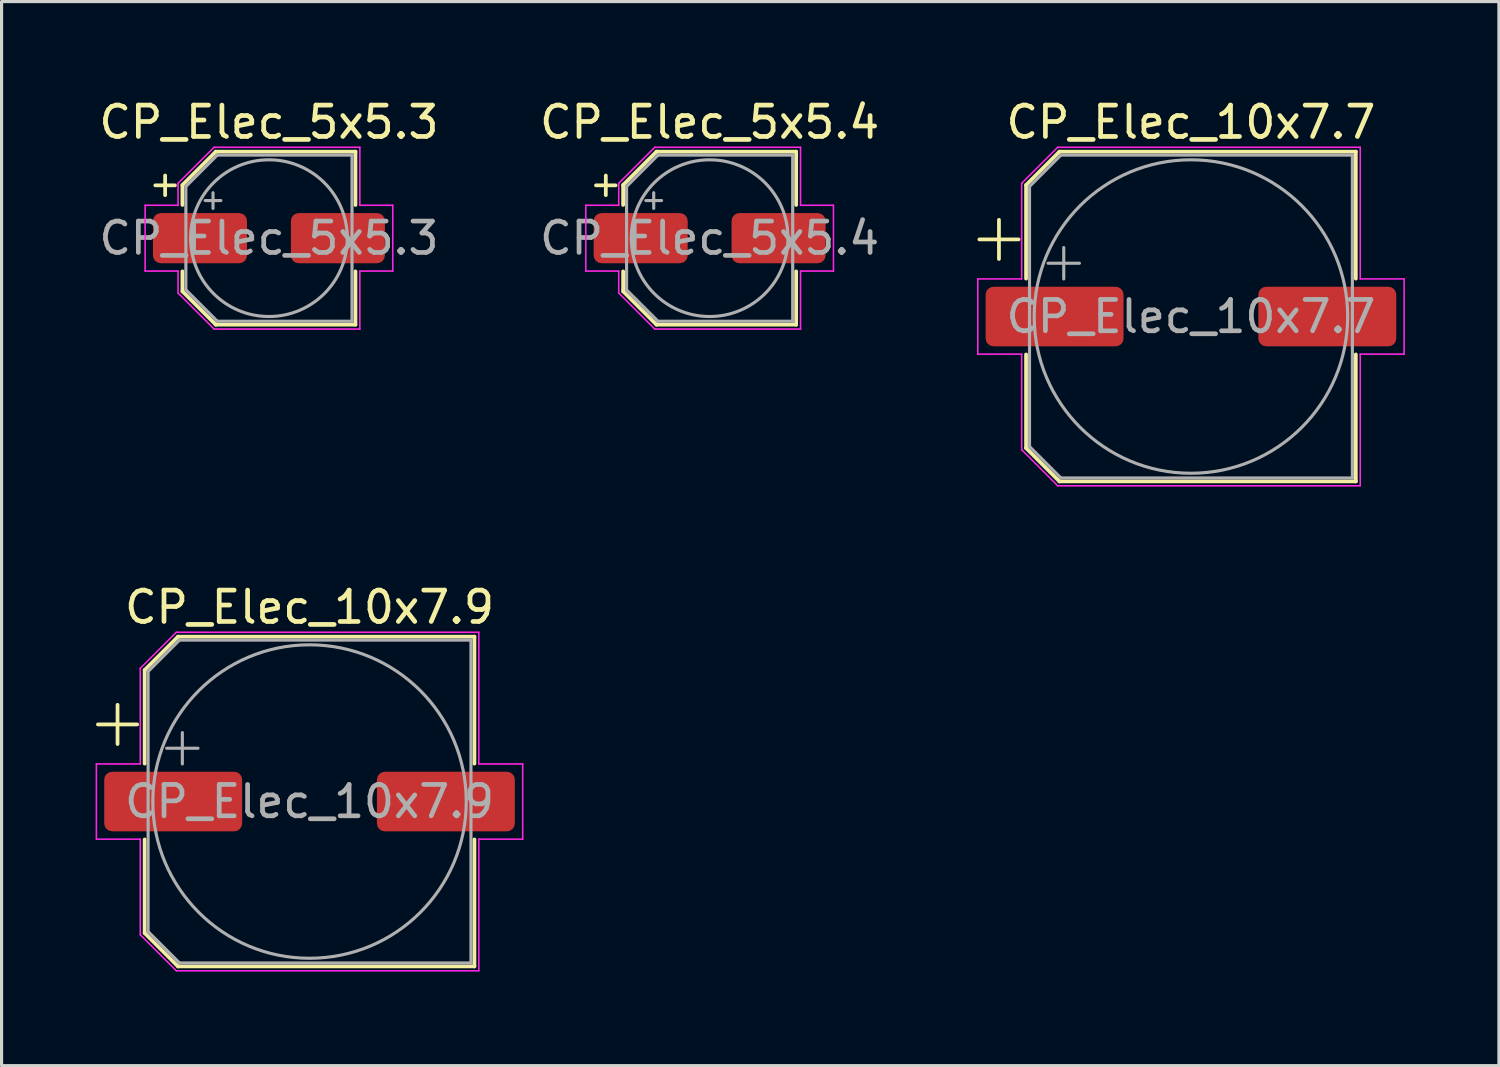
<source format=kicad_pcb>
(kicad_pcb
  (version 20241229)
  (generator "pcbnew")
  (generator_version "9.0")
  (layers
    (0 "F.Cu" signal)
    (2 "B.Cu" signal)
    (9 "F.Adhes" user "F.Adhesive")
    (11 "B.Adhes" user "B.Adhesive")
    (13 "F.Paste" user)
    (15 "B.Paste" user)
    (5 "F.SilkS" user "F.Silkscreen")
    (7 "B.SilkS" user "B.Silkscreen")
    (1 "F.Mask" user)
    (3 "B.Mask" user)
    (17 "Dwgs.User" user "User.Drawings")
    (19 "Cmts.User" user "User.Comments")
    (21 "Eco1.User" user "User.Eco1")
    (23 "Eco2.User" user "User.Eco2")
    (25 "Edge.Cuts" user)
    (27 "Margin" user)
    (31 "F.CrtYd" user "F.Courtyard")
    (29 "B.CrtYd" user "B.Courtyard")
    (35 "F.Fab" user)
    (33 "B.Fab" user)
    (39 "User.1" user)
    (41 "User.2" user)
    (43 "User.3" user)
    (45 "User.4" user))
  (footprint "CP_Elec_5x5.4"
    (layer "F.Cu")
    (at 19.589 4.548)
    (property "Reference" "CP_Elec_5x5.4" (at 0 -3.7 0) (layer "F.SilkS") (effects (font (size 1 1) (thickness 0.15))))
    (attr smd)
    (fp_line (start -3.625 -1.685) (end -3 -1.685) (stroke (width 0.12) (type solid)) (layer "F.SilkS"))
    (fp_line (start -3.312 -1.998) (end -3.312 -1.373) (stroke (width 0.12) (type solid)) (layer "F.SilkS"))
    (fp_line (start -2.76 -1.696) (end -2.76 -1.06) (stroke (width 0.12) (type solid)) (layer "F.SilkS"))
    (fp_line (start -2.76 -1.696) (end -1.696 -2.76) (stroke (width 0.12) (type solid)) (layer "F.SilkS"))
    (fp_line (start -2.76 1.696) (end -2.76 1.06) (stroke (width 0.12) (type solid)) (layer "F.SilkS"))
    (fp_line (start -2.76 1.696) (end -1.696 2.76) (stroke (width 0.12) (type solid)) (layer "F.SilkS"))
    (fp_line (start -1.696 -2.76) (end 2.76 -2.76) (stroke (width 0.12) (type solid)) (layer "F.SilkS"))
    (fp_line (start -1.696 2.76) (end 2.76 2.76) (stroke (width 0.12) (type solid)) (layer "F.SilkS"))
    (fp_line (start 2.76 -2.76) (end 2.76 -1.06) (stroke (width 0.12) (type solid)) (layer "F.SilkS"))
    (fp_line (start 2.76 2.76) (end 2.76 1.06) (stroke (width 0.12) (type solid)) (layer "F.SilkS"))
    (fp_line (start -3.95 -1.05) (end -3.95 1.05) (stroke (width 0.05) (type solid)) (layer "F.CrtYd"))
    (fp_line (start -3.95 1.05) (end -2.9 1.05) (stroke (width 0.05) (type solid)) (layer "F.CrtYd"))
    (fp_line (start -2.9 -1.75) (end -2.9 -1.05) (stroke (width 0.05) (type solid)) (layer "F.CrtYd"))
    (fp_line (start -2.9 -1.75) (end -1.75 -2.9) (stroke (width 0.05) (type solid)) (layer "F.CrtYd"))
    (fp_line (start -2.9 -1.05) (end -3.95 -1.05) (stroke (width 0.05) (type solid)) (layer "F.CrtYd"))
    (fp_line (start -2.9 1.05) (end -2.9 1.75) (stroke (width 0.05) (type solid)) (layer "F.CrtYd"))
    (fp_line (start -2.9 1.75) (end -1.75 2.9) (stroke (width 0.05) (type solid)) (layer "F.CrtYd"))
    (fp_line (start -1.75 -2.9) (end 2.9 -2.9) (stroke (width 0.05) (type solid)) (layer "F.CrtYd"))
    (fp_line (start -1.75 2.9) (end 2.9 2.9) (stroke (width 0.05) (type solid)) (layer "F.CrtYd"))
    (fp_line (start 2.9 -2.9) (end 2.9 -1.05) (stroke (width 0.05) (type solid)) (layer "F.CrtYd"))
    (fp_line (start 2.9 -1.05) (end 3.95 -1.05) (stroke (width 0.05) (type solid)) (layer "F.CrtYd"))
    (fp_line (start 2.9 1.05) (end 2.9 2.9) (stroke (width 0.05) (type solid)) (layer "F.CrtYd"))
    (fp_line (start 3.95 -1.05) (end 3.95 1.05) (stroke (width 0.05) (type solid)) (layer "F.CrtYd"))
    (fp_line (start 3.95 1.05) (end 2.9 1.05) (stroke (width 0.05) (type solid)) (layer "F.CrtYd"))
    (fp_line (start -2.65 -1.65) (end -2.65 1.65) (stroke (width 0.1) (type solid)) (layer "F.Fab"))
    (fp_line (start -2.65 -1.65) (end -1.65 -2.65) (stroke (width 0.1) (type solid)) (layer "F.Fab"))
    (fp_line (start -2.65 1.65) (end -1.65 2.65) (stroke (width 0.1) (type solid)) (layer "F.Fab"))
    (fp_line (start -2.034 -1.2) (end -1.534 -1.2) (stroke (width 0.1) (type solid)) (layer "F.Fab"))
    (fp_line (start -1.784 -1.45) (end -1.784 -0.95) (stroke (width 0.1) (type solid)) (layer "F.Fab"))
    (fp_line (start -1.65 -2.65) (end 2.65 -2.65) (stroke (width 0.1) (type solid)) (layer "F.Fab"))
    (fp_line (start -1.65 2.65) (end 2.65 2.65) (stroke (width 0.1) (type solid)) (layer "F.Fab"))
    (fp_line (start 2.65 -2.65) (end 2.65 2.65) (stroke (width 0.1) (type solid)) (layer "F.Fab"))
    (fp_circle (center 0 0) (end 2.5 0) (stroke (width 0.1) (type solid)) (fill no) (layer "F.Fab"))
    (fp_text user "${REFERENCE}" (at 0 0 0) (layer "F.Fab") (effects (font (size 1 1) (thickness 0.15))))
    (pad "1" smd roundrect (at -2.2 0) (size 3 1.6) (layers "F.Cu" "F.Mask" "F.Paste") (roundrect_rratio 0.156))
    (pad "2" smd roundrect (at 2.2 0) (size 3 1.6) (layers "F.Cu" "F.Mask" "F.Paste") (roundrect_rratio 0.156)))
  (footprint "CP_Elec_5x5.3"
    (layer "F.Cu")
    (at 5.53 4.548)
    (property "Reference" "CP_Elec_5x5.3" (at 0 -3.7 0) (layer "F.SilkS") (effects (font (size 1 1) (thickness 0.15))))
    (attr smd)
    (fp_line (start -3.625 -1.685) (end -3 -1.685) (stroke (width 0.12) (type solid)) (layer "F.SilkS"))
    (fp_line (start -3.312 -1.998) (end -3.312 -1.373) (stroke (width 0.12) (type solid)) (layer "F.SilkS"))
    (fp_line (start -2.76 -1.696) (end -2.76 -1.06) (stroke (width 0.12) (type solid)) (layer "F.SilkS"))
    (fp_line (start -2.76 -1.696) (end -1.696 -2.76) (stroke (width 0.12) (type solid)) (layer "F.SilkS"))
    (fp_line (start -2.76 1.696) (end -2.76 1.06) (stroke (width 0.12) (type solid)) (layer "F.SilkS"))
    (fp_line (start -2.76 1.696) (end -1.696 2.76) (stroke (width 0.12) (type solid)) (layer "F.SilkS"))
    (fp_line (start -1.696 -2.76) (end 2.76 -2.76) (stroke (width 0.12) (type solid)) (layer "F.SilkS"))
    (fp_line (start -1.696 2.76) (end 2.76 2.76) (stroke (width 0.12) (type solid)) (layer "F.SilkS"))
    (fp_line (start 2.76 -2.76) (end 2.76 -1.06) (stroke (width 0.12) (type solid)) (layer "F.SilkS"))
    (fp_line (start 2.76 2.76) (end 2.76 1.06) (stroke (width 0.12) (type solid)) (layer "F.SilkS"))
    (fp_line (start -3.95 -1.05) (end -3.95 1.05) (stroke (width 0.05) (type solid)) (layer "F.CrtYd"))
    (fp_line (start -3.95 1.05) (end -2.9 1.05) (stroke (width 0.05) (type solid)) (layer "F.CrtYd"))
    (fp_line (start -2.9 -1.75) (end -2.9 -1.05) (stroke (width 0.05) (type solid)) (layer "F.CrtYd"))
    (fp_line (start -2.9 -1.75) (end -1.75 -2.9) (stroke (width 0.05) (type solid)) (layer "F.CrtYd"))
    (fp_line (start -2.9 -1.05) (end -3.95 -1.05) (stroke (width 0.05) (type solid)) (layer "F.CrtYd"))
    (fp_line (start -2.9 1.05) (end -2.9 1.75) (stroke (width 0.05) (type solid)) (layer "F.CrtYd"))
    (fp_line (start -2.9 1.75) (end -1.75 2.9) (stroke (width 0.05) (type solid)) (layer "F.CrtYd"))
    (fp_line (start -1.75 -2.9) (end 2.9 -2.9) (stroke (width 0.05) (type solid)) (layer "F.CrtYd"))
    (fp_line (start -1.75 2.9) (end 2.9 2.9) (stroke (width 0.05) (type solid)) (layer "F.CrtYd"))
    (fp_line (start 2.9 -2.9) (end 2.9 -1.05) (stroke (width 0.05) (type solid)) (layer "F.CrtYd"))
    (fp_line (start 2.9 -1.05) (end 3.95 -1.05) (stroke (width 0.05) (type solid)) (layer "F.CrtYd"))
    (fp_line (start 2.9 1.05) (end 2.9 2.9) (stroke (width 0.05) (type solid)) (layer "F.CrtYd"))
    (fp_line (start 3.95 -1.05) (end 3.95 1.05) (stroke (width 0.05) (type solid)) (layer "F.CrtYd"))
    (fp_line (start 3.95 1.05) (end 2.9 1.05) (stroke (width 0.05) (type solid)) (layer "F.CrtYd"))
    (fp_line (start -2.65 -1.65) (end -2.65 1.65) (stroke (width 0.1) (type solid)) (layer "F.Fab"))
    (fp_line (start -2.65 -1.65) (end -1.65 -2.65) (stroke (width 0.1) (type solid)) (layer "F.Fab"))
    (fp_line (start -2.65 1.65) (end -1.65 2.65) (stroke (width 0.1) (type solid)) (layer "F.Fab"))
    (fp_line (start -2.034 -1.2) (end -1.534 -1.2) (stroke (width 0.1) (type solid)) (layer "F.Fab"))
    (fp_line (start -1.784 -1.45) (end -1.784 -0.95) (stroke (width 0.1) (type solid)) (layer "F.Fab"))
    (fp_line (start -1.65 -2.65) (end 2.65 -2.65) (stroke (width 0.1) (type solid)) (layer "F.Fab"))
    (fp_line (start -1.65 2.65) (end 2.65 2.65) (stroke (width 0.1) (type solid)) (layer "F.Fab"))
    (fp_line (start 2.65 -2.65) (end 2.65 2.65) (stroke (width 0.1) (type solid)) (layer "F.Fab"))
    (fp_circle (center 0 0) (end 2.5 0) (stroke (width 0.1) (type solid)) (fill no) (layer "F.Fab"))
    (fp_text user "${REFERENCE}" (at 0 0 0) (layer "F.Fab") (effects (font (size 1 1) (thickness 0.15))))
    (pad "1" smd roundrect (at -2.2 0) (size 3 1.6) (layers "F.Cu" "F.Mask" "F.Paste") (roundrect_rratio 0.156))
    (pad "2" smd roundrect (at 2.2 0) (size 3 1.6) (layers "F.Cu" "F.Mask" "F.Paste") (roundrect_rratio 0.156)))
  (footprint "CP_Elec_10x7.7"
    (layer "F.Cu")
    (at 34.944 7.048)
    (property "Reference" "CP_Elec_10x7.7" (at 0 -6.2 0) (layer "F.SilkS") (effects (font (size 1 1) (thickness 0.15))))
    (attr smd)
    (fp_line (start -6.75 -2.46) (end -5.5 -2.46) (stroke (width 0.12) (type solid)) (layer "F.SilkS"))
    (fp_line (start -6.125 -3.085) (end -6.125 -1.835) (stroke (width 0.12) (type solid)) (layer "F.SilkS"))
    (fp_line (start -5.26 -4.196) (end -5.26 -1.21) (stroke (width 0.12) (type solid)) (layer "F.SilkS"))
    (fp_line (start -5.26 -4.196) (end -4.196 -5.26) (stroke (width 0.12) (type solid)) (layer "F.SilkS"))
    (fp_line (start -5.26 4.196) (end -5.26 1.21) (stroke (width 0.12) (type solid)) (layer "F.SilkS"))
    (fp_line (start -5.26 4.196) (end -4.196 5.26) (stroke (width 0.12) (type solid)) (layer "F.SilkS"))
    (fp_line (start -4.196 -5.26) (end 5.26 -5.26) (stroke (width 0.12) (type solid)) (layer "F.SilkS"))
    (fp_line (start -4.196 5.26) (end 5.26 5.26) (stroke (width 0.12) (type solid)) (layer "F.SilkS"))
    (fp_line (start 5.26 -5.26) (end 5.26 -1.21) (stroke (width 0.12) (type solid)) (layer "F.SilkS"))
    (fp_line (start 5.26 5.26) (end 5.26 1.21) (stroke (width 0.12) (type solid)) (layer "F.SilkS"))
    (fp_line (start -6.8 -1.2) (end -6.8 1.2) (stroke (width 0.05) (type solid)) (layer "F.CrtYd"))
    (fp_line (start -6.8 1.2) (end -5.4 1.2) (stroke (width 0.05) (type solid)) (layer "F.CrtYd"))
    (fp_line (start -5.4 -4.25) (end -5.4 -1.2) (stroke (width 0.05) (type solid)) (layer "F.CrtYd"))
    (fp_line (start -5.4 -4.25) (end -4.25 -5.4) (stroke (width 0.05) (type solid)) (layer "F.CrtYd"))
    (fp_line (start -5.4 -1.2) (end -6.8 -1.2) (stroke (width 0.05) (type solid)) (layer "F.CrtYd"))
    (fp_line (start -5.4 1.2) (end -5.4 4.25) (stroke (width 0.05) (type solid)) (layer "F.CrtYd"))
    (fp_line (start -5.4 4.25) (end -4.25 5.4) (stroke (width 0.05) (type solid)) (layer "F.CrtYd"))
    (fp_line (start -4.25 -5.4) (end 5.4 -5.4) (stroke (width 0.05) (type solid)) (layer "F.CrtYd"))
    (fp_line (start -4.25 5.4) (end 5.4 5.4) (stroke (width 0.05) (type solid)) (layer "F.CrtYd"))
    (fp_line (start 5.4 -5.4) (end 5.4 -1.2) (stroke (width 0.05) (type solid)) (layer "F.CrtYd"))
    (fp_line (start 5.4 -1.2) (end 6.8 -1.2) (stroke (width 0.05) (type solid)) (layer "F.CrtYd"))
    (fp_line (start 5.4 1.2) (end 5.4 5.4) (stroke (width 0.05) (type solid)) (layer "F.CrtYd"))
    (fp_line (start 6.8 -1.2) (end 6.8 1.2) (stroke (width 0.05) (type solid)) (layer "F.CrtYd"))
    (fp_line (start 6.8 1.2) (end 5.4 1.2) (stroke (width 0.05) (type solid)) (layer "F.CrtYd"))
    (fp_line (start -5.15 -4.15) (end -5.15 4.15) (stroke (width 0.1) (type solid)) (layer "F.Fab"))
    (fp_line (start -5.15 -4.15) (end -4.15 -5.15) (stroke (width 0.1) (type solid)) (layer "F.Fab"))
    (fp_line (start -5.15 4.15) (end -4.15 5.15) (stroke (width 0.1) (type solid)) (layer "F.Fab"))
    (fp_line (start -4.558 -1.7) (end -3.558 -1.7) (stroke (width 0.1) (type solid)) (layer "F.Fab"))
    (fp_line (start -4.15 -5.15) (end 5.15 -5.15) (stroke (width 0.1) (type solid)) (layer "F.Fab"))
    (fp_line (start -4.15 5.15) (end 5.15 5.15) (stroke (width 0.1) (type solid)) (layer "F.Fab"))
    (fp_line (start -4.058 -2.2) (end -4.058 -1.2) (stroke (width 0.1) (type solid)) (layer "F.Fab"))
    (fp_line (start 5.15 -5.15) (end 5.15 5.15) (stroke (width 0.1) (type solid)) (layer "F.Fab"))
    (fp_circle (center 0 0) (end 5 0) (stroke (width 0.1) (type solid)) (fill no) (layer "F.Fab"))
    (fp_text user "${REFERENCE}" (at 0 0 0) (layer "F.Fab") (effects (font (size 1 1) (thickness 0.15))))
    (pad "1" smd roundrect (at -4.35 0) (size 4.4 1.9) (layers "F.Cu" "F.Mask" "F.Paste") (roundrect_rratio 0.132))
    (pad "2" smd roundrect (at 4.35 0) (size 4.4 1.9) (layers "F.Cu" "F.Mask" "F.Paste") (roundrect_rratio 0.132)))
  (footprint "CP_Elec_10x7.9"
    (layer "F.Cu")
    (at 6.825 22.521)
    (property "Reference" "CP_Elec_10x7.9" (at 0 -6.2 0) (layer "F.SilkS") (effects (font (size 1 1) (thickness 0.15))))
    (attr smd)
    (fp_line (start -6.75 -2.46) (end -5.5 -2.46) (stroke (width 0.12) (type solid)) (layer "F.SilkS"))
    (fp_line (start -6.125 -3.085) (end -6.125 -1.835) (stroke (width 0.12) (type solid)) (layer "F.SilkS"))
    (fp_line (start -5.26 -4.196) (end -5.26 -1.21) (stroke (width 0.12) (type solid)) (layer "F.SilkS"))
    (fp_line (start -5.26 -4.196) (end -4.196 -5.26) (stroke (width 0.12) (type solid)) (layer "F.SilkS"))
    (fp_line (start -5.26 4.196) (end -5.26 1.21) (stroke (width 0.12) (type solid)) (layer "F.SilkS"))
    (fp_line (start -5.26 4.196) (end -4.196 5.26) (stroke (width 0.12) (type solid)) (layer "F.SilkS"))
    (fp_line (start -4.196 -5.26) (end 5.26 -5.26) (stroke (width 0.12) (type solid)) (layer "F.SilkS"))
    (fp_line (start -4.196 5.26) (end 5.26 5.26) (stroke (width 0.12) (type solid)) (layer "F.SilkS"))
    (fp_line (start 5.26 -5.26) (end 5.26 -1.21) (stroke (width 0.12) (type solid)) (layer "F.SilkS"))
    (fp_line (start 5.26 5.26) (end 5.26 1.21) (stroke (width 0.12) (type solid)) (layer "F.SilkS"))
    (fp_line (start -6.8 -1.2) (end -6.8 1.2) (stroke (width 0.05) (type solid)) (layer "F.CrtYd"))
    (fp_line (start -6.8 1.2) (end -5.4 1.2) (stroke (width 0.05) (type solid)) (layer "F.CrtYd"))
    (fp_line (start -5.4 -4.25) (end -5.4 -1.2) (stroke (width 0.05) (type solid)) (layer "F.CrtYd"))
    (fp_line (start -5.4 -4.25) (end -4.25 -5.4) (stroke (width 0.05) (type solid)) (layer "F.CrtYd"))
    (fp_line (start -5.4 -1.2) (end -6.8 -1.2) (stroke (width 0.05) (type solid)) (layer "F.CrtYd"))
    (fp_line (start -5.4 1.2) (end -5.4 4.25) (stroke (width 0.05) (type solid)) (layer "F.CrtYd"))
    (fp_line (start -5.4 4.25) (end -4.25 5.4) (stroke (width 0.05) (type solid)) (layer "F.CrtYd"))
    (fp_line (start -4.25 -5.4) (end 5.4 -5.4) (stroke (width 0.05) (type solid)) (layer "F.CrtYd"))
    (fp_line (start -4.25 5.4) (end 5.4 5.4) (stroke (width 0.05) (type solid)) (layer "F.CrtYd"))
    (fp_line (start 5.4 -5.4) (end 5.4 -1.2) (stroke (width 0.05) (type solid)) (layer "F.CrtYd"))
    (fp_line (start 5.4 -1.2) (end 6.8 -1.2) (stroke (width 0.05) (type solid)) (layer "F.CrtYd"))
    (fp_line (start 5.4 1.2) (end 5.4 5.4) (stroke (width 0.05) (type solid)) (layer "F.CrtYd"))
    (fp_line (start 6.8 -1.2) (end 6.8 1.2) (stroke (width 0.05) (type solid)) (layer "F.CrtYd"))
    (fp_line (start 6.8 1.2) (end 5.4 1.2) (stroke (width 0.05) (type solid)) (layer "F.CrtYd"))
    (fp_line (start -5.15 -4.15) (end -5.15 4.15) (stroke (width 0.1) (type solid)) (layer "F.Fab"))
    (fp_line (start -5.15 -4.15) (end -4.15 -5.15) (stroke (width 0.1) (type solid)) (layer "F.Fab"))
    (fp_line (start -5.15 4.15) (end -4.15 5.15) (stroke (width 0.1) (type solid)) (layer "F.Fab"))
    (fp_line (start -4.558 -1.7) (end -3.558 -1.7) (stroke (width 0.1) (type solid)) (layer "F.Fab"))
    (fp_line (start -4.15 -5.15) (end 5.15 -5.15) (stroke (width 0.1) (type solid)) (layer "F.Fab"))
    (fp_line (start -4.15 5.15) (end 5.15 5.15) (stroke (width 0.1) (type solid)) (layer "F.Fab"))
    (fp_line (start -4.058 -2.2) (end -4.058 -1.2) (stroke (width 0.1) (type solid)) (layer "F.Fab"))
    (fp_line (start 5.15 -5.15) (end 5.15 5.15) (stroke (width 0.1) (type solid)) (layer "F.Fab"))
    (fp_circle (center 0 0) (end 5 0) (stroke (width 0.1) (type solid)) (fill no) (layer "F.Fab"))
    (fp_text user "${REFERENCE}" (at 0 0 0) (layer "F.Fab") (effects (font (size 1 1) (thickness 0.15))))
    (pad "1" smd roundrect (at -4.35 0) (size 4.4 1.9) (layers "F.Cu" "F.Mask" "F.Paste") (roundrect_rratio 0.132))
    (pad "2" smd roundrect (at 4.35 0) (size 4.4 1.9) (layers "F.Cu" "F.Mask" "F.Paste") (roundrect_rratio 0.132)))
  (gr_rect
    (start -3 -3)
    (end 44.769 30.947)
    (stroke (width 0.1) (type default))
    (fill no)
    (layer "Edge.Cuts")))
</source>
